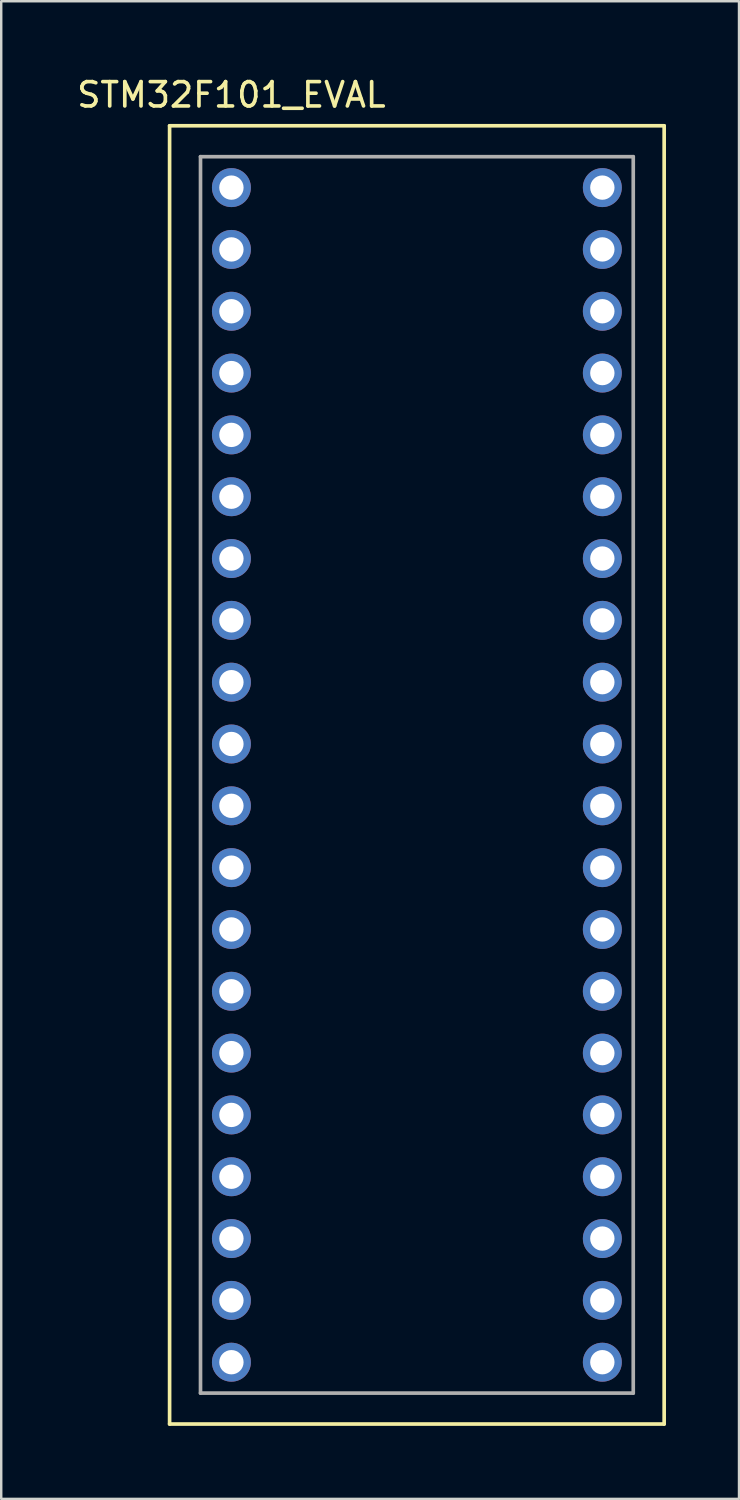
<source format=kicad_pcb>
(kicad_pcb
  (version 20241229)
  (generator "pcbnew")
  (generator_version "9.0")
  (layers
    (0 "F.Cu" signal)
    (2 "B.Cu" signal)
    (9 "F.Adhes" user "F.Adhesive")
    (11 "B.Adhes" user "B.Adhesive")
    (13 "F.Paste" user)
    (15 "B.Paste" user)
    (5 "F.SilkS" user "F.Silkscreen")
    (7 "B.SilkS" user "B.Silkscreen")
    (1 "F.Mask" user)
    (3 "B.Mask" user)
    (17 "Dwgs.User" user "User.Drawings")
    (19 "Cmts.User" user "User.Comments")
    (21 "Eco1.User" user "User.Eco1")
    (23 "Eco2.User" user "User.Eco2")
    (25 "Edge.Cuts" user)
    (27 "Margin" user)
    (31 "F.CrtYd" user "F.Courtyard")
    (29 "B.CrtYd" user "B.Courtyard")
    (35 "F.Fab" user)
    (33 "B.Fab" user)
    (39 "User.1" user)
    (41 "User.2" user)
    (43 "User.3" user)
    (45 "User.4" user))
  (footprint "STM32F101_EVAL"
    (layer "F.Cu")
    (at 14.078 30.058)
    (property "Reference" "STM32F101_EVAL" (at -7.62 -29.21 0) (layer "F.SilkS") (effects (font (size 1 1) (thickness 0.15))))
    (attr through_hole)
    (fp_line (start -10.16 -27.94) (end 10.16 -27.94) (stroke (width 0.15) (type solid)) (layer "F.SilkS"))
    (fp_line (start -10.16 25.4) (end -10.16 -27.94) (stroke (width 0.15) (type solid)) (layer "F.SilkS"))
    (fp_line (start 10.16 -27.94) (end 10.16 25.4) (stroke (width 0.15) (type solid)) (layer "F.SilkS"))
    (fp_line (start 10.16 25.4) (end -10.16 25.4) (stroke (width 0.15) (type solid)) (layer "F.SilkS"))
    (fp_line (start -8.89 -26.67) (end 8.89 -26.67) (stroke (width 0.15) (type solid)) (layer "F.Fab"))
    (fp_line (start -8.89 24.13) (end -8.89 -26.67) (stroke (width 0.15) (type solid)) (layer "F.Fab"))
    (fp_line (start 8.89 -26.67) (end 8.89 24.13) (stroke (width 0.15) (type solid)) (layer "F.Fab"))
    (fp_line (start 8.89 24.13) (end -8.89 24.13) (stroke (width 0.15) (type solid)) (layer "F.Fab"))
    (pad "1" thru_hole circle (at -7.62 -25.4) (size 1.6 1.6) (drill 1) (layers "*.Cu" "*.Mask"))
    (pad "2" thru_hole circle (at -7.62 -22.86) (size 1.6 1.6) (drill 1) (layers "*.Cu" "*.Mask"))
    (pad "3" thru_hole circle (at -7.62 -20.32) (size 1.6 1.6) (drill 1) (layers "*.Cu" "*.Mask"))
    (pad "4" thru_hole circle (at -7.62 -17.78) (size 1.6 1.6) (drill 1) (layers "*.Cu" "*.Mask"))
    (pad "5" thru_hole circle (at -7.62 -15.24) (size 1.6 1.6) (drill 1) (layers "*.Cu" "*.Mask"))
    (pad "6" thru_hole circle (at -7.62 -12.7) (size 1.6 1.6) (drill 1) (layers "*.Cu" "*.Mask"))
    (pad "7" thru_hole circle (at -7.62 -10.16) (size 1.6 1.6) (drill 1) (layers "*.Cu" "*.Mask"))
    (pad "8" thru_hole circle (at -7.62 -7.62) (size 1.6 1.6) (drill 1) (layers "*.Cu" "*.Mask"))
    (pad "9" thru_hole circle (at -7.62 -5.08) (size 1.6 1.6) (drill 1) (layers "*.Cu" "*.Mask"))
    (pad "10" thru_hole circle (at -7.62 -2.54) (size 1.6 1.6) (drill 1) (layers "*.Cu" "*.Mask"))
    (pad "11" thru_hole circle (at -7.62 0) (size 1.6 1.6) (drill 1) (layers "*.Cu" "*.Mask"))
    (pad "12" thru_hole circle (at -7.62 2.54) (size 1.6 1.6) (drill 1) (layers "*.Cu" "*.Mask"))
    (pad "13" thru_hole circle (at -7.62 5.08) (size 1.6 1.6) (drill 1) (layers "*.Cu" "*.Mask"))
    (pad "14" thru_hole circle (at -7.62 7.62) (size 1.6 1.6) (drill 1) (layers "*.Cu" "*.Mask"))
    (pad "15" thru_hole circle (at -7.62 10.16) (size 1.6 1.6) (drill 1) (layers "*.Cu" "*.Mask"))
    (pad "16" thru_hole circle (at -7.62 12.7) (size 1.6 1.6) (drill 1) (layers "*.Cu" "*.Mask"))
    (pad "17" thru_hole circle (at -7.62 15.24) (size 1.6 1.6) (drill 1) (layers "*.Cu" "*.Mask"))
    (pad "18" thru_hole circle (at -7.62 17.78) (size 1.6 1.6) (drill 1) (layers "*.Cu" "*.Mask"))
    (pad "19" thru_hole circle (at -7.62 20.32) (size 1.6 1.6) (drill 1) (layers "*.Cu" "*.Mask"))
    (pad "20" thru_hole circle (at -7.62 22.86) (size 1.6 1.6) (drill 1) (layers "*.Cu" "*.Mask"))
    (pad "21" thru_hole circle (at 7.62 -25.4) (size 1.6 1.6) (drill 1) (layers "*.Cu" "*.Mask"))
    (pad "22" thru_hole circle (at 7.62 -22.86) (size 1.6 1.6) (drill 1) (layers "*.Cu" "*.Mask"))
    (pad "23" thru_hole circle (at 7.62 -20.32) (size 1.6 1.6) (drill 1) (layers "*.Cu" "*.Mask"))
    (pad "24" thru_hole circle (at 7.62 -17.78) (size 1.6 1.6) (drill 1) (layers "*.Cu" "*.Mask"))
    (pad "25" thru_hole circle (at 7.62 -15.24) (size 1.6 1.6) (drill 1) (layers "*.Cu" "*.Mask"))
    (pad "26" thru_hole circle (at 7.62 -12.7) (size 1.6 1.6) (drill 1) (layers "*.Cu" "*.Mask"))
    (pad "27" thru_hole circle (at 7.62 -10.16) (size 1.6 1.6) (drill 1) (layers "*.Cu" "*.Mask"))
    (pad "28" thru_hole circle (at 7.62 -7.62) (size 1.6 1.6) (drill 1) (layers "*.Cu" "*.Mask"))
    (pad "29" thru_hole circle (at 7.62 -5.08) (size 1.6 1.6) (drill 1) (layers "*.Cu" "*.Mask"))
    (pad "30" thru_hole circle (at 7.62 -2.54) (size 1.6 1.6) (drill 1) (layers "*.Cu" "*.Mask"))
    (pad "31" thru_hole circle (at 7.62 0) (size 1.6 1.6) (drill 1) (layers "*.Cu" "*.Mask"))
    (pad "32" thru_hole circle (at 7.62 2.54) (size 1.6 1.6) (drill 1) (layers "*.Cu" "*.Mask"))
    (pad "33" thru_hole circle (at 7.62 5.08) (size 1.6 1.6) (drill 1) (layers "*.Cu" "*.Mask"))
    (pad "34" thru_hole circle (at 7.62 7.62) (size 1.6 1.6) (drill 1) (layers "*.Cu" "*.Mask"))
    (pad "35" thru_hole circle (at 7.62 10.16) (size 1.6 1.6) (drill 1) (layers "*.Cu" "*.Mask"))
    (pad "36" thru_hole circle (at 7.62 12.7) (size 1.6 1.6) (drill 1) (layers "*.Cu" "*.Mask"))
    (pad "37" thru_hole circle (at 7.62 15.24) (size 1.6 1.6) (drill 1) (layers "*.Cu" "*.Mask"))
    (pad "38" thru_hole circle (at 7.62 17.78) (size 1.6 1.6) (drill 1) (layers "*.Cu" "*.Mask"))
    (pad "39" thru_hole circle (at 7.62 20.32) (size 1.6 1.6) (drill 1) (layers "*.Cu" "*.Mask"))
    (pad "40" thru_hole circle (at 7.62 22.86) (size 1.6 1.6) (drill 1) (layers "*.Cu" "*.Mask")))
  (gr_rect
    (start -3 -3)
    (end 27.313 58.533)
    (stroke (width 0.1) (type default))
    (fill no)
    (layer "Edge.Cuts")))
</source>
